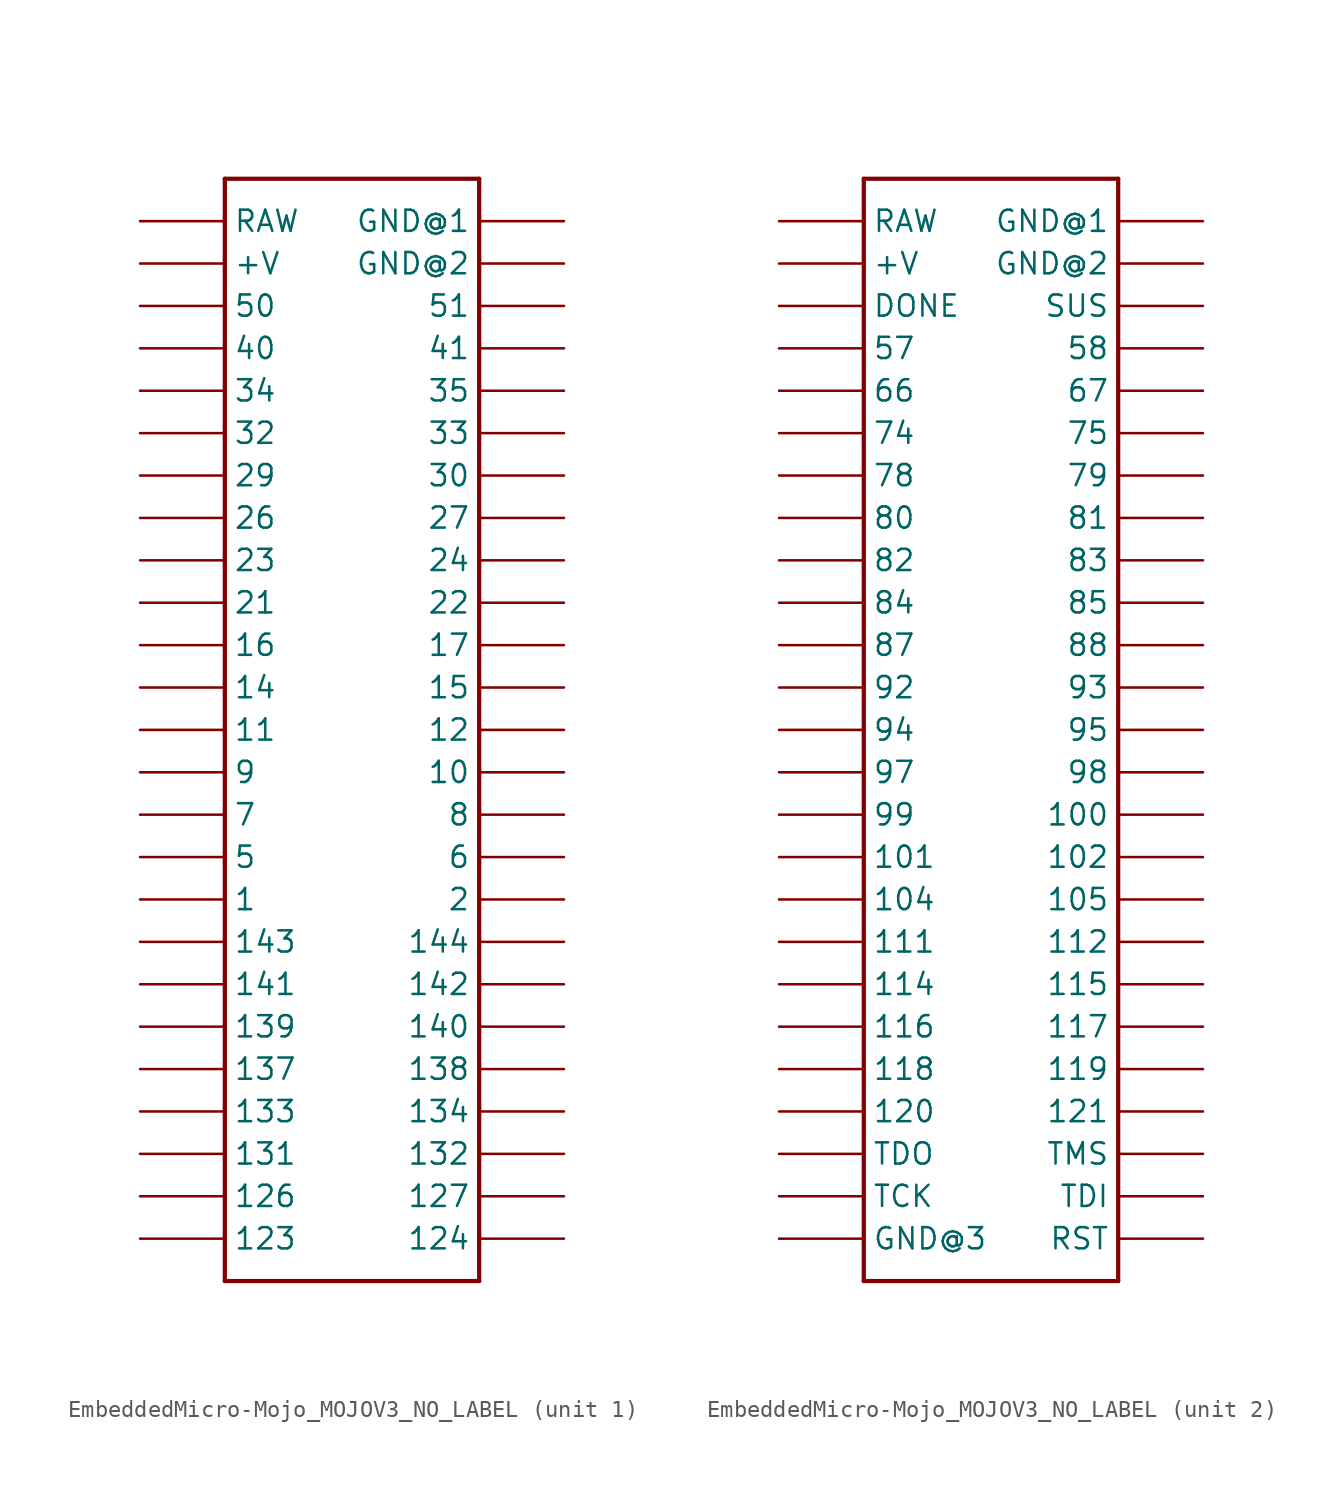
<source format=kicad_sym>
(kicad_symbol_lib
  (version 20231120)
  (generator "kicad_symbol_editor")
  (generator_version "8.0")
  (symbol "EmbeddedMicro-Mojo_MOJOV3_NO_LABEL"
    (property "Reference" ""
      (at 0 0 0)
      (effects (font (size 1.27 1.27)) (hide yes)))
    (property "ki_locked" ""
      (at 0 0 0)
      (effects (font (size 1.27 1.27))))
    (symbol "EmbeddedMicro-Mojo_MOJOV3_NO_LABEL_1_0"
      (polyline (pts (xy -7.62 -33.02) (xy -7.62 33.02)) (stroke (width 0.254) (type solid)) (fill (type none)))
      (polyline (pts (xy -7.62 33.02) (xy 7.62 33.02)) (stroke (width 0.254) (type solid)) (fill (type none)))
      (polyline (pts (xy 7.62 -33.02) (xy -7.62 -33.02)) (stroke (width 0.254) (type solid)) (fill (type none)))
      (polyline (pts (xy 7.62 33.02) (xy 7.62 -33.02)) (stroke (width 0.254) (type solid)) (fill (type none)))
      (pin bidirectional line (at -12.7 -10.16 0) (length 5.08) (name "1" (effects (font (size 1.27 1.27)))) (number "1" (effects (font (size 0 0)))))
      (pin bidirectional line (at 12.7 -2.54 180) (length 5.08) (name "10" (effects (font (size 1.27 1.27)))) (number "10" (effects (font (size 0 0)))))
      (pin bidirectional line (at -12.7 0 0) (length 5.08) (name "11" (effects (font (size 1.27 1.27)))) (number "11" (effects (font (size 0 0)))))
      (pin bidirectional line (at 12.7 0 180) (length 5.08) (name "12" (effects (font (size 1.27 1.27)))) (number "12" (effects (font (size 0 0)))))
      (pin bidirectional line (at -12.7 -30.48 0) (length 5.08) (name "123" (effects (font (size 1.27 1.27)))) (number "123" (effects (font (size 0 0)))))
      (pin bidirectional line (at 12.7 -30.48 180) (length 5.08) (name "124" (effects (font (size 1.27 1.27)))) (number "124" (effects (font (size 0 0)))))
      (pin bidirectional line (at -12.7 -27.94 0) (length 5.08) (name "126" (effects (font (size 1.27 1.27)))) (number "126" (effects (font (size 0 0)))))
      (pin bidirectional line (at 12.7 -27.94 180) (length 5.08) (name "127" (effects (font (size 1.27 1.27)))) (number "127" (effects (font (size 0 0)))))
      (pin bidirectional line (at -12.7 -25.4 0) (length 5.08) (name "131" (effects (font (size 1.27 1.27)))) (number "131" (effects (font (size 0 0)))))
      (pin bidirectional line (at 12.7 -25.4 180) (length 5.08) (name "132" (effects (font (size 1.27 1.27)))) (number "132" (effects (font (size 0 0)))))
      (pin bidirectional line (at -12.7 -22.86 0) (length 5.08) (name "133" (effects (font (size 1.27 1.27)))) (number "133" (effects (font (size 0 0)))))
      (pin bidirectional line (at 12.7 -22.86 180) (length 5.08) (name "134" (effects (font (size 1.27 1.27)))) (number "134" (effects (font (size 0 0)))))
      (pin bidirectional line (at -12.7 -20.32 0) (length 5.08) (name "137" (effects (font (size 1.27 1.27)))) (number "137" (effects (font (size 0 0)))))
      (pin bidirectional line (at 12.7 -20.32 180) (length 5.08) (name "138" (effects (font (size 1.27 1.27)))) (number "138" (effects (font (size 0 0)))))
      (pin bidirectional line (at -12.7 -17.78 0) (length 5.08) (name "139" (effects (font (size 1.27 1.27)))) (number "139" (effects (font (size 0 0)))))
      (pin bidirectional line (at -12.7 2.54 0) (length 5.08) (name "14" (effects (font (size 1.27 1.27)))) (number "14" (effects (font (size 0 0)))))
      (pin bidirectional line (at 12.7 -17.78 180) (length 5.08) (name "140" (effects (font (size 1.27 1.27)))) (number "140" (effects (font (size 0 0)))))
      (pin bidirectional line (at -12.7 -15.24 0) (length 5.08) (name "141" (effects (font (size 1.27 1.27)))) (number "141" (effects (font (size 0 0)))))
      (pin bidirectional line (at 12.7 -15.24 180) (length 5.08) (name "142" (effects (font (size 1.27 1.27)))) (number "142" (effects (font (size 0 0)))))
      (pin bidirectional line (at -12.7 -12.7 0) (length 5.08) (name "143" (effects (font (size 1.27 1.27)))) (number "143" (effects (font (size 0 0)))))
      (pin bidirectional line (at 12.7 -12.7 180) (length 5.08) (name "144" (effects (font (size 1.27 1.27)))) (number "144" (effects (font (size 0 0)))))
      (pin bidirectional line (at 12.7 2.54 180) (length 5.08) (name "15" (effects (font (size 1.27 1.27)))) (number "15" (effects (font (size 0 0)))))
      (pin bidirectional line (at -12.7 5.08 0) (length 5.08) (name "16" (effects (font (size 1.27 1.27)))) (number "16" (effects (font (size 0 0)))))
      (pin bidirectional line (at 12.7 5.08 180) (length 5.08) (name "17" (effects (font (size 1.27 1.27)))) (number "17" (effects (font (size 0 0)))))
      (pin bidirectional line (at 12.7 -10.16 180) (length 5.08) (name "2" (effects (font (size 1.27 1.27)))) (number "2" (effects (font (size 0 0)))))
      (pin bidirectional line (at -12.7 7.62 0) (length 5.08) (name "21" (effects (font (size 1.27 1.27)))) (number "21" (effects (font (size 0 0)))))
      (pin bidirectional line (at 12.7 7.62 180) (length 5.08) (name "22" (effects (font (size 1.27 1.27)))) (number "22" (effects (font (size 0 0)))))
      (pin bidirectional line (at -12.7 10.16 0) (length 5.08) (name "23" (effects (font (size 1.27 1.27)))) (number "23" (effects (font (size 0 0)))))
      (pin bidirectional line (at 12.7 10.16 180) (length 5.08) (name "24" (effects (font (size 1.27 1.27)))) (number "24" (effects (font (size 0 0)))))
      (pin bidirectional line (at -12.7 12.7 0) (length 5.08) (name "26" (effects (font (size 1.27 1.27)))) (number "26" (effects (font (size 0 0)))))
      (pin bidirectional line (at 12.7 12.7 180) (length 5.08) (name "27" (effects (font (size 1.27 1.27)))) (number "27" (effects (font (size 0 0)))))
      (pin bidirectional line (at -12.7 15.24 0) (length 5.08) (name "29" (effects (font (size 1.27 1.27)))) (number "29" (effects (font (size 0 0)))))
      (pin bidirectional line (at 12.7 15.24 180) (length 5.08) (name "30" (effects (font (size 1.27 1.27)))) (number "30" (effects (font (size 0 0)))))
      (pin bidirectional line (at -12.7 17.78 0) (length 5.08) (name "32" (effects (font (size 1.27 1.27)))) (number "32" (effects (font (size 0 0)))))
      (pin bidirectional line (at 12.7 17.78 180) (length 5.08) (name "33" (effects (font (size 1.27 1.27)))) (number "33" (effects (font (size 0 0)))))
      (pin bidirectional line (at -12.7 20.32 0) (length 5.08) (name "34" (effects (font (size 1.27 1.27)))) (number "34" (effects (font (size 0 0)))))
      (pin bidirectional line (at 12.7 20.32 180) (length 5.08) (name "35" (effects (font (size 1.27 1.27)))) (number "35" (effects (font (size 0 0)))))
      (pin bidirectional line (at -12.7 22.86 0) (length 5.08) (name "40" (effects (font (size 1.27 1.27)))) (number "40" (effects (font (size 0 0)))))
      (pin bidirectional line (at 12.7 22.86 180) (length 5.08) (name "41" (effects (font (size 1.27 1.27)))) (number "41" (effects (font (size 0 0)))))
      (pin bidirectional line (at -12.7 -7.62 0) (length 5.08) (name "5" (effects (font (size 1.27 1.27)))) (number "5" (effects (font (size 0 0)))))
      (pin bidirectional line (at -12.7 25.4 0) (length 5.08) (name "50" (effects (font (size 1.27 1.27)))) (number "50" (effects (font (size 0 0)))))
      (pin bidirectional line (at 12.7 25.4 180) (length 5.08) (name "51" (effects (font (size 1.27 1.27)))) (number "51" (effects (font (size 0 0)))))
      (pin bidirectional line (at 12.7 -7.62 180) (length 5.08) (name "6" (effects (font (size 1.27 1.27)))) (number "6" (effects (font (size 0 0)))))
      (pin bidirectional line (at -12.7 -5.08 0) (length 5.08) (name "7" (effects (font (size 1.27 1.27)))) (number "7" (effects (font (size 0 0)))))
      (pin bidirectional line (at 12.7 -5.08 180) (length 5.08) (name "8" (effects (font (size 1.27 1.27)))) (number "8" (effects (font (size 0 0)))))
      (pin bidirectional line (at -12.7 -2.54 0) (length 5.08) (name "9" (effects (font (size 1.27 1.27)))) (number "9" (effects (font (size 0 0)))))
      (pin power_in line (at 12.7 30.48 180) (length 5.08) (name "GND@1" (effects (font (size 1.27 1.27)))) (number "GND@1" (effects (font (size 0 0)))))
      (pin power_in line (at 12.7 27.94 180) (length 5.08) (name "GND@2" (effects (font (size 1.27 1.27)))) (number "GND@2" (effects (font (size 0 0)))))
      (pin power_in line (at -12.7 30.48 0) (length 5.08) (name "RAW" (effects (font (size 1.27 1.27)))) (number "RAW@1" (effects (font (size 0 0)))))
      (pin power_in line (at -12.7 27.94 0) (length 5.08) (name "+V" (effects (font (size 1.27 1.27)))) (number "V@1" (effects (font (size 0 0))))))
    (symbol "EmbeddedMicro-Mojo_MOJOV3_NO_LABEL_2_0"
      (polyline (pts (xy -7.62 -33.02) (xy -7.62 33.02)) (stroke (width 0.254) (type solid)) (fill (type none)))
      (polyline (pts (xy -7.62 33.02) (xy 7.62 33.02)) (stroke (width 0.254) (type solid)) (fill (type none)))
      (polyline (pts (xy 7.62 -33.02) (xy -7.62 -33.02)) (stroke (width 0.254) (type solid)) (fill (type none)))
      (polyline (pts (xy 7.62 33.02) (xy 7.62 -33.02)) (stroke (width 0.254) (type solid)) (fill (type none)))
      (pin bidirectional line (at 12.7 -5.08 180) (length 5.08) (name "100" (effects (font (size 1.27 1.27)))) (number "100" (effects (font (size 0 0)))))
      (pin bidirectional line (at -12.7 -7.62 0) (length 5.08) (name "101" (effects (font (size 1.27 1.27)))) (number "101" (effects (font (size 0 0)))))
      (pin bidirectional line (at 12.7 -7.62 180) (length 5.08) (name "102" (effects (font (size 1.27 1.27)))) (number "102" (effects (font (size 0 0)))))
      (pin bidirectional line (at -12.7 -10.16 0) (length 5.08) (name "104" (effects (font (size 1.27 1.27)))) (number "104" (effects (font (size 0 0)))))
      (pin bidirectional line (at 12.7 -10.16 180) (length 5.08) (name "105" (effects (font (size 1.27 1.27)))) (number "105" (effects (font (size 0 0)))))
      (pin bidirectional line (at -12.7 -12.7 0) (length 5.08) (name "111" (effects (font (size 1.27 1.27)))) (number "111" (effects (font (size 0 0)))))
      (pin bidirectional line (at 12.7 -12.7 180) (length 5.08) (name "112" (effects (font (size 1.27 1.27)))) (number "112" (effects (font (size 0 0)))))
      (pin bidirectional line (at -12.7 -15.24 0) (length 5.08) (name "114" (effects (font (size 1.27 1.27)))) (number "114" (effects (font (size 0 0)))))
      (pin bidirectional line (at 12.7 -15.24 180) (length 5.08) (name "115" (effects (font (size 1.27 1.27)))) (number "115" (effects (font (size 0 0)))))
      (pin bidirectional line (at -12.7 -17.78 0) (length 5.08) (name "116" (effects (font (size 1.27 1.27)))) (number "116" (effects (font (size 0 0)))))
      (pin bidirectional line (at 12.7 -17.78 180) (length 5.08) (name "117" (effects (font (size 1.27 1.27)))) (number "117" (effects (font (size 0 0)))))
      (pin bidirectional line (at -12.7 -20.32 0) (length 5.08) (name "118" (effects (font (size 1.27 1.27)))) (number "118" (effects (font (size 0 0)))))
      (pin bidirectional line (at 12.7 -20.32 180) (length 5.08) (name "119" (effects (font (size 1.27 1.27)))) (number "119" (effects (font (size 0 0)))))
      (pin bidirectional line (at -12.7 -22.86 0) (length 5.08) (name "120" (effects (font (size 1.27 1.27)))) (number "120" (effects (font (size 0 0)))))
      (pin bidirectional line (at 12.7 -22.86 180) (length 5.08) (name "121" (effects (font (size 1.27 1.27)))) (number "121" (effects (font (size 0 0)))))
      (pin bidirectional line (at -12.7 22.86 0) (length 5.08) (name "57" (effects (font (size 1.27 1.27)))) (number "57" (effects (font (size 0 0)))))
      (pin bidirectional line (at 12.7 22.86 180) (length 5.08) (name "58" (effects (font (size 1.27 1.27)))) (number "58" (effects (font (size 0 0)))))
      (pin bidirectional line (at -12.7 20.32 0) (length 5.08) (name "66" (effects (font (size 1.27 1.27)))) (number "66" (effects (font (size 0 0)))))
      (pin bidirectional line (at 12.7 20.32 180) (length 5.08) (name "67" (effects (font (size 1.27 1.27)))) (number "67" (effects (font (size 0 0)))))
      (pin bidirectional line (at -12.7 17.78 0) (length 5.08) (name "74" (effects (font (size 1.27 1.27)))) (number "74" (effects (font (size 0 0)))))
      (pin bidirectional line (at 12.7 17.78 180) (length 5.08) (name "75" (effects (font (size 1.27 1.27)))) (number "75" (effects (font (size 0 0)))))
      (pin bidirectional line (at -12.7 15.24 0) (length 5.08) (name "78" (effects (font (size 1.27 1.27)))) (number "78" (effects (font (size 0 0)))))
      (pin bidirectional line (at 12.7 15.24 180) (length 5.08) (name "79" (effects (font (size 1.27 1.27)))) (number "79" (effects (font (size 0 0)))))
      (pin bidirectional line (at -12.7 12.7 0) (length 5.08) (name "80" (effects (font (size 1.27 1.27)))) (number "80" (effects (font (size 0 0)))))
      (pin bidirectional line (at 12.7 12.7 180) (length 5.08) (name "81" (effects (font (size 1.27 1.27)))) (number "81" (effects (font (size 0 0)))))
      (pin bidirectional line (at -12.7 10.16 0) (length 5.08) (name "82" (effects (font (size 1.27 1.27)))) (number "82" (effects (font (size 0 0)))))
      (pin bidirectional line (at 12.7 10.16 180) (length 5.08) (name "83" (effects (font (size 1.27 1.27)))) (number "83" (effects (font (size 0 0)))))
      (pin bidirectional line (at -12.7 7.62 0) (length 5.08) (name "84" (effects (font (size 1.27 1.27)))) (number "84" (effects (font (size 0 0)))))
      (pin bidirectional line (at 12.7 7.62 180) (length 5.08) (name "85" (effects (font (size 1.27 1.27)))) (number "85" (effects (font (size 0 0)))))
      (pin bidirectional line (at -12.7 5.08 0) (length 5.08) (name "87" (effects (font (size 1.27 1.27)))) (number "87" (effects (font (size 0 0)))))
      (pin bidirectional line (at 12.7 5.08 180) (length 5.08) (name "88" (effects (font (size 1.27 1.27)))) (number "88" (effects (font (size 0 0)))))
      (pin bidirectional line (at -12.7 2.54 0) (length 5.08) (name "92" (effects (font (size 1.27 1.27)))) (number "92" (effects (font (size 0 0)))))
      (pin bidirectional line (at 12.7 2.54 180) (length 5.08) (name "93" (effects (font (size 1.27 1.27)))) (number "93" (effects (font (size 0 0)))))
      (pin bidirectional line (at -12.7 0 0) (length 5.08) (name "94" (effects (font (size 1.27 1.27)))) (number "94" (effects (font (size 0 0)))))
      (pin bidirectional line (at 12.7 0 180) (length 5.08) (name "95" (effects (font (size 1.27 1.27)))) (number "95" (effects (font (size 0 0)))))
      (pin bidirectional line (at -12.7 -2.54 0) (length 5.08) (name "97" (effects (font (size 1.27 1.27)))) (number "97" (effects (font (size 0 0)))))
      (pin bidirectional line (at 12.7 -2.54 180) (length 5.08) (name "98" (effects (font (size 1.27 1.27)))) (number "98" (effects (font (size 0 0)))))
      (pin bidirectional line (at -12.7 -5.08 0) (length 5.08) (name "99" (effects (font (size 1.27 1.27)))) (number "99" (effects (font (size 0 0)))))
      (pin bidirectional line (at -12.7 25.4 0) (length 5.08) (name "DONE" (effects (font (size 1.27 1.27)))) (number "DONE" (effects (font (size 0 0)))))
      (pin power_in line (at 12.7 30.48 180) (length 5.08) (name "GND@1" (effects (font (size 1.27 1.27)))) (number "GND@3" (effects (font (size 0 0)))))
      (pin power_in line (at 12.7 27.94 180) (length 5.08) (name "GND@2" (effects (font (size 1.27 1.27)))) (number "GND@4" (effects (font (size 0 0)))))
      (pin power_in line (at -12.7 -30.48 0) (length 5.08) (name "GND@3" (effects (font (size 1.27 1.27)))) (number "GND@6" (effects (font (size 0 0)))))
      (pin power_in line (at -12.7 30.48 0) (length 5.08) (name "RAW" (effects (font (size 1.27 1.27)))) (number "RAW@2" (effects (font (size 0 0)))))
      (pin input line (at 12.7 -30.48 180) (length 5.08) (name "RST" (effects (font (size 1.27 1.27)))) (number "RST" (effects (font (size 0 0)))))
      (pin input line (at 12.7 25.4 180) (length 5.08) (name "SUS" (effects (font (size 1.27 1.27)))) (number "SUS" (effects (font (size 0 0)))))
      (pin input line (at -12.7 -27.94 0) (length 5.08) (name "TCK" (effects (font (size 1.27 1.27)))) (number "TCK" (effects (font (size 0 0)))))
      (pin input line (at 12.7 -27.94 180) (length 5.08) (name "TDI" (effects (font (size 1.27 1.27)))) (number "TDI" (effects (font (size 0 0)))))
      (pin output line (at -12.7 -25.4 0) (length 5.08) (name "TDO" (effects (font (size 1.27 1.27)))) (number "TDO" (effects (font (size 0 0)))))
      (pin input line (at 12.7 -25.4 180) (length 5.08) (name "TMS" (effects (font (size 1.27 1.27)))) (number "TMS" (effects (font (size 0 0)))))
      (pin power_in line (at -12.7 27.94 0) (length 5.08) (name "+V" (effects (font (size 1.27 1.27)))) (number "V@2" (effects (font (size 0 0))))))))
</source>
